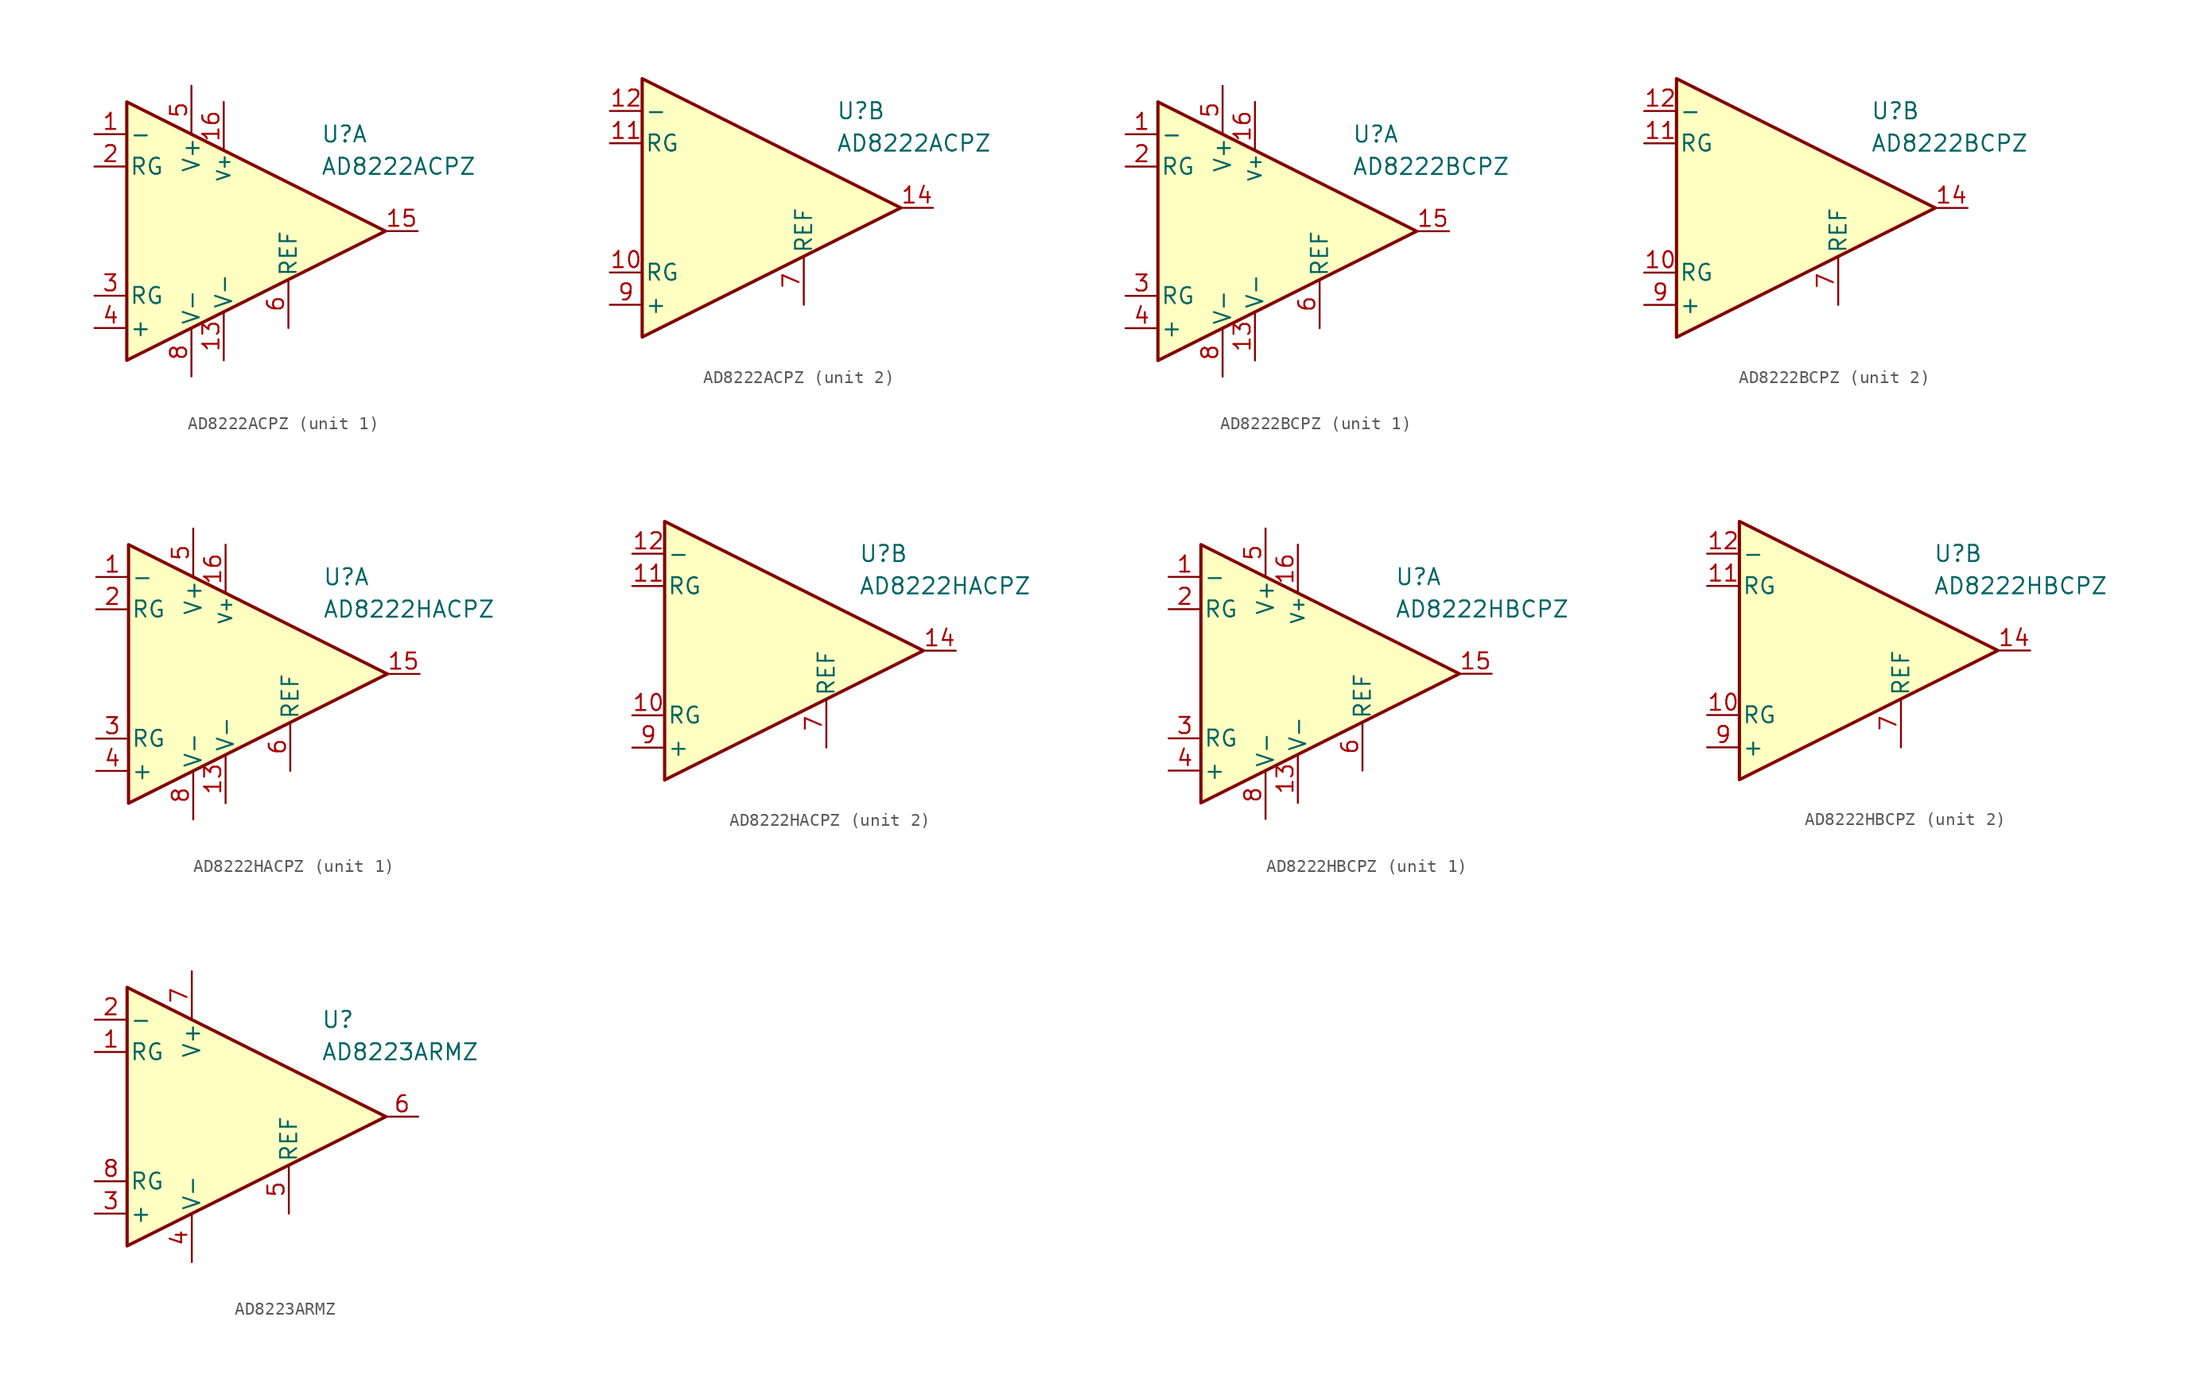
<source format=kicad_sym>
(kicad_symbol_lib
  (version 20231120)
  (generator "kicad_symbol_editor")
  (generator_version "8.0")
  (symbol "AD8222ACPZ"
    (pin_names
      (offset 0.2))
    (property "Reference" "U"
      (at 6.35 7.62 0)
      (effects (font (size 1.27 1.27)) (justify left)))
    (property "Value" "AD8222ACPZ"
      (at 6.35 5.08 0)
      (effects (font (size 1.27 1.27)) (justify left)))
    (property "ki_locked" ""
      (at 0 0 0)
      (effects (font (size 1.27 1.27))))
    (symbol "AD8222ACPZ_0_1"
      (polyline (pts (xy -8.89 10.16) (xy -8.89 -10.16) (xy 11.43 0) (xy -8.89 10.16)) (stroke (width 0.254) (type default)) (fill (type background))))
    (symbol "AD8222ACPZ_1_1"
      (pin input line (at -11.43 7.62 0) (length 2.54) (name "-" (effects (font (size 1.27 1.27)))) (number "1" (effects (font (size 1.27 1.27)))))
      (pin power_in line (at -1.27 -10.16 90) (length 3.81) (name "V-" (effects (font (size 1.27 1.27)))) (number "13" (effects (font (size 1.27 1.27)))))
      (pin output line (at 13.97 0 180) (length 2.54) (name "~" (effects (font (size 1.27 1.27)))) (number "15" (effects (font (size 1.27 1.27)))))
      (pin power_in line (at -1.27 10.16 270) (length 3.81) (name "V+" (effects (font (size 1 1)))) (number "16" (effects (font (size 1.27 1.27)))))
      (pin passive line (at -11.43 5.08 0) (length 2.54) (name "RG" (effects (font (size 1.27 1.27)))) (number "2" (effects (font (size 1.27 1.27)))))
      (pin passive line (at -11.43 -5.08 0) (length 2.54) (name "RG" (effects (font (size 1.27 1.27)))) (number "3" (effects (font (size 1.27 1.27)))))
      (pin input line (at -11.43 -7.62 0) (length 2.54) (name "+" (effects (font (size 1.27 1.27)))) (number "4" (effects (font (size 1.27 1.27)))))
      (pin power_in line (at -3.81 11.43 270) (length 3.81) (name "V+" (effects (font (size 1.27 1.27)))) (number "5" (effects (font (size 1.27 1.27)))))
      (pin input line (at 3.81 -7.62 90) (length 3.81) (name "REF" (effects (font (size 1.27 1.27)))) (number "6" (effects (font (size 1.27 1.27)))))
      (pin power_in line (at -3.81 -11.43 90) (length 3.81) (name "V-" (effects (font (size 1.27 1.27)))) (number "8" (effects (font (size 1.27 1.27))))))
    (symbol "AD8222ACPZ_2_1"
      (pin passive line (at -11.43 -5.08 0) (length 2.54) (name "RG" (effects (font (size 1.27 1.27)))) (number "10" (effects (font (size 1.27 1.27)))))
      (pin passive line (at -11.43 5.08 0) (length 2.54) (name "RG" (effects (font (size 1.27 1.27)))) (number "11" (effects (font (size 1.27 1.27)))))
      (pin input line (at -11.43 7.62 0) (length 2.54) (name "-" (effects (font (size 1.27 1.27)))) (number "12" (effects (font (size 1.27 1.27)))))
      (pin output line (at 13.97 0 180) (length 2.54) (name "~" (effects (font (size 1.27 1.27)))) (number "14" (effects (font (size 1.27 1.27)))))
      (pin input line (at 3.81 -7.62 90) (length 3.81) (name "REF" (effects (font (size 1.27 1.27)))) (number "7" (effects (font (size 1.27 1.27)))))
      (pin input line (at -11.43 -7.62 0) (length 2.54) (name "+" (effects (font (size 1.27 1.27)))) (number "9" (effects (font (size 1.27 1.27)))))))
  (symbol "AD8222BCPZ"
    (pin_names
      (offset 0.2))
    (property "Reference" "U"
      (at 6.35 7.62 0)
      (effects (font (size 1.27 1.27)) (justify left)))
    (property "Value" "AD8222BCPZ"
      (at 6.35 5.08 0)
      (effects (font (size 1.27 1.27)) (justify left)))
    (property "ki_locked" ""
      (at 0 0 0)
      (effects (font (size 1.27 1.27))))
    (symbol "AD8222BCPZ_0_1"
      (polyline (pts (xy -8.89 10.16) (xy -8.89 -10.16) (xy 11.43 0) (xy -8.89 10.16)) (stroke (width 0.254) (type default)) (fill (type background))))
    (symbol "AD8222BCPZ_1_1"
      (pin input line (at -11.43 7.62 0) (length 2.54) (name "-" (effects (font (size 1.27 1.27)))) (number "1" (effects (font (size 1.27 1.27)))))
      (pin power_in line (at -1.27 -10.16 90) (length 3.81) (name "V-" (effects (font (size 1.27 1.27)))) (number "13" (effects (font (size 1.27 1.27)))))
      (pin output line (at 13.97 0 180) (length 2.54) (name "~" (effects (font (size 1.27 1.27)))) (number "15" (effects (font (size 1.27 1.27)))))
      (pin power_in line (at -1.27 10.16 270) (length 3.81) (name "V+" (effects (font (size 1 1)))) (number "16" (effects (font (size 1.27 1.27)))))
      (pin passive line (at -11.43 5.08 0) (length 2.54) (name "RG" (effects (font (size 1.27 1.27)))) (number "2" (effects (font (size 1.27 1.27)))))
      (pin passive line (at -11.43 -5.08 0) (length 2.54) (name "RG" (effects (font (size 1.27 1.27)))) (number "3" (effects (font (size 1.27 1.27)))))
      (pin input line (at -11.43 -7.62 0) (length 2.54) (name "+" (effects (font (size 1.27 1.27)))) (number "4" (effects (font (size 1.27 1.27)))))
      (pin power_in line (at -3.81 11.43 270) (length 3.81) (name "V+" (effects (font (size 1.27 1.27)))) (number "5" (effects (font (size 1.27 1.27)))))
      (pin input line (at 3.81 -7.62 90) (length 3.81) (name "REF" (effects (font (size 1.27 1.27)))) (number "6" (effects (font (size 1.27 1.27)))))
      (pin power_in line (at -3.81 -11.43 90) (length 3.81) (name "V-" (effects (font (size 1.27 1.27)))) (number "8" (effects (font (size 1.27 1.27))))))
    (symbol "AD8222BCPZ_2_1"
      (pin passive line (at -11.43 -5.08 0) (length 2.54) (name "RG" (effects (font (size 1.27 1.27)))) (number "10" (effects (font (size 1.27 1.27)))))
      (pin passive line (at -11.43 5.08 0) (length 2.54) (name "RG" (effects (font (size 1.27 1.27)))) (number "11" (effects (font (size 1.27 1.27)))))
      (pin input line (at -11.43 7.62 0) (length 2.54) (name "-" (effects (font (size 1.27 1.27)))) (number "12" (effects (font (size 1.27 1.27)))))
      (pin output line (at 13.97 0 180) (length 2.54) (name "~" (effects (font (size 1.27 1.27)))) (number "14" (effects (font (size 1.27 1.27)))))
      (pin input line (at 3.81 -7.62 90) (length 3.81) (name "REF" (effects (font (size 1.27 1.27)))) (number "7" (effects (font (size 1.27 1.27)))))
      (pin input line (at -11.43 -7.62 0) (length 2.54) (name "+" (effects (font (size 1.27 1.27)))) (number "9" (effects (font (size 1.27 1.27)))))))
  (symbol "AD8222HACPZ"
    (pin_names
      (offset 0.2))
    (property "Reference" "U"
      (at 6.35 7.62 0)
      (effects (font (size 1.27 1.27)) (justify left)))
    (property "Value" "AD8222HACPZ"
      (at 6.35 5.08 0)
      (effects (font (size 1.27 1.27)) (justify left)))
    (property "ki_locked" ""
      (at 0 0 0)
      (effects (font (size 1.27 1.27))))
    (symbol "AD8222HACPZ_0_1"
      (polyline (pts (xy -8.89 10.16) (xy -8.89 -10.16) (xy 11.43 0) (xy -8.89 10.16)) (stroke (width 0.254) (type default)) (fill (type background))))
    (symbol "AD8222HACPZ_1_1"
      (pin input line (at -11.43 7.62 0) (length 2.54) (name "-" (effects (font (size 1.27 1.27)))) (number "1" (effects (font (size 1.27 1.27)))))
      (pin power_in line (at -1.27 -10.16 90) (length 3.81) (name "V-" (effects (font (size 1.27 1.27)))) (number "13" (effects (font (size 1.27 1.27)))))
      (pin output line (at 13.97 0 180) (length 2.54) (name "~" (effects (font (size 1.27 1.27)))) (number "15" (effects (font (size 1.27 1.27)))))
      (pin power_in line (at -1.27 10.16 270) (length 3.81) (name "V+" (effects (font (size 1 1)))) (number "16" (effects (font (size 1.27 1.27)))))
      (pin passive line (at -11.43 5.08 0) (length 2.54) (name "RG" (effects (font (size 1.27 1.27)))) (number "2" (effects (font (size 1.27 1.27)))))
      (pin passive line (at -11.43 -5.08 0) (length 2.54) (name "RG" (effects (font (size 1.27 1.27)))) (number "3" (effects (font (size 1.27 1.27)))))
      (pin input line (at -11.43 -7.62 0) (length 2.54) (name "+" (effects (font (size 1.27 1.27)))) (number "4" (effects (font (size 1.27 1.27)))))
      (pin power_in line (at -3.81 11.43 270) (length 3.81) (name "V+" (effects (font (size 1.27 1.27)))) (number "5" (effects (font (size 1.27 1.27)))))
      (pin input line (at 3.81 -7.62 90) (length 3.81) (name "REF" (effects (font (size 1.27 1.27)))) (number "6" (effects (font (size 1.27 1.27)))))
      (pin power_in line (at -3.81 -11.43 90) (length 3.81) (name "V-" (effects (font (size 1.27 1.27)))) (number "8" (effects (font (size 1.27 1.27))))))
    (symbol "AD8222HACPZ_2_1"
      (pin passive line (at -11.43 -5.08 0) (length 2.54) (name "RG" (effects (font (size 1.27 1.27)))) (number "10" (effects (font (size 1.27 1.27)))))
      (pin passive line (at -11.43 5.08 0) (length 2.54) (name "RG" (effects (font (size 1.27 1.27)))) (number "11" (effects (font (size 1.27 1.27)))))
      (pin input line (at -11.43 7.62 0) (length 2.54) (name "-" (effects (font (size 1.27 1.27)))) (number "12" (effects (font (size 1.27 1.27)))))
      (pin output line (at 13.97 0 180) (length 2.54) (name "~" (effects (font (size 1.27 1.27)))) (number "14" (effects (font (size 1.27 1.27)))))
      (pin input line (at 3.81 -7.62 90) (length 3.81) (name "REF" (effects (font (size 1.27 1.27)))) (number "7" (effects (font (size 1.27 1.27)))))
      (pin input line (at -11.43 -7.62 0) (length 2.54) (name "+" (effects (font (size 1.27 1.27)))) (number "9" (effects (font (size 1.27 1.27)))))))
  (symbol "AD8222HBCPZ"
    (pin_names
      (offset 0.2))
    (property "Reference" "U"
      (at 6.35 7.62 0)
      (effects (font (size 1.27 1.27)) (justify left)))
    (property "Value" "AD8222HBCPZ"
      (at 6.35 5.08 0)
      (effects (font (size 1.27 1.27)) (justify left)))
    (property "ki_locked" ""
      (at 0 0 0)
      (effects (font (size 1.27 1.27))))
    (symbol "AD8222HBCPZ_0_1"
      (polyline (pts (xy -8.89 10.16) (xy -8.89 -10.16) (xy 11.43 0) (xy -8.89 10.16)) (stroke (width 0.254) (type default)) (fill (type background))))
    (symbol "AD8222HBCPZ_1_1"
      (pin input line (at -11.43 7.62 0) (length 2.54) (name "-" (effects (font (size 1.27 1.27)))) (number "1" (effects (font (size 1.27 1.27)))))
      (pin power_in line (at -1.27 -10.16 90) (length 3.81) (name "V-" (effects (font (size 1.27 1.27)))) (number "13" (effects (font (size 1.27 1.27)))))
      (pin output line (at 13.97 0 180) (length 2.54) (name "~" (effects (font (size 1.27 1.27)))) (number "15" (effects (font (size 1.27 1.27)))))
      (pin power_in line (at -1.27 10.16 270) (length 3.81) (name "V+" (effects (font (size 1 1)))) (number "16" (effects (font (size 1.27 1.27)))))
      (pin passive line (at -11.43 5.08 0) (length 2.54) (name "RG" (effects (font (size 1.27 1.27)))) (number "2" (effects (font (size 1.27 1.27)))))
      (pin passive line (at -11.43 -5.08 0) (length 2.54) (name "RG" (effects (font (size 1.27 1.27)))) (number "3" (effects (font (size 1.27 1.27)))))
      (pin input line (at -11.43 -7.62 0) (length 2.54) (name "+" (effects (font (size 1.27 1.27)))) (number "4" (effects (font (size 1.27 1.27)))))
      (pin power_in line (at -3.81 11.43 270) (length 3.81) (name "V+" (effects (font (size 1.27 1.27)))) (number "5" (effects (font (size 1.27 1.27)))))
      (pin input line (at 3.81 -7.62 90) (length 3.81) (name "REF" (effects (font (size 1.27 1.27)))) (number "6" (effects (font (size 1.27 1.27)))))
      (pin power_in line (at -3.81 -11.43 90) (length 3.81) (name "V-" (effects (font (size 1.27 1.27)))) (number "8" (effects (font (size 1.27 1.27))))))
    (symbol "AD8222HBCPZ_2_1"
      (pin passive line (at -11.43 -5.08 0) (length 2.54) (name "RG" (effects (font (size 1.27 1.27)))) (number "10" (effects (font (size 1.27 1.27)))))
      (pin passive line (at -11.43 5.08 0) (length 2.54) (name "RG" (effects (font (size 1.27 1.27)))) (number "11" (effects (font (size 1.27 1.27)))))
      (pin input line (at -11.43 7.62 0) (length 2.54) (name "-" (effects (font (size 1.27 1.27)))) (number "12" (effects (font (size 1.27 1.27)))))
      (pin output line (at 13.97 0 180) (length 2.54) (name "~" (effects (font (size 1.27 1.27)))) (number "14" (effects (font (size 1.27 1.27)))))
      (pin input line (at 3.81 -7.62 90) (length 3.81) (name "REF" (effects (font (size 1.27 1.27)))) (number "7" (effects (font (size 1.27 1.27)))))
      (pin input line (at -11.43 -7.62 0) (length 2.54) (name "+" (effects (font (size 1.27 1.27)))) (number "9" (effects (font (size 1.27 1.27)))))))
  (symbol "AD8223ARMZ"
    (pin_names
      (offset 0.2))
    (property "Reference" "U"
      (at 6.35 7.62 0)
      (effects (font (size 1.27 1.27)) (justify left)))
    (property "Value" "AD8223ARMZ"
      (at 6.35 5.08 0)
      (effects (font (size 1.27 1.27)) (justify left)))
    (symbol "AD8223ARMZ_0_1"
      (polyline (pts (xy -8.89 10.16) (xy -8.89 -10.16) (xy 11.43 0) (xy -8.89 10.16)) (stroke (width 0.254) (type default)) (fill (type background))))
    (symbol "AD8223ARMZ_1_1"
      (pin passive line (at -11.43 5.08 0) (length 2.54) (name "RG" (effects (font (size 1.27 1.27)))) (number "1" (effects (font (size 1.27 1.27)))))
      (pin input line (at -11.43 7.62 0) (length 2.54) (name "-" (effects (font (size 1.27 1.27)))) (number "2" (effects (font (size 1.27 1.27)))))
      (pin input line (at -11.43 -7.62 0) (length 2.54) (name "+" (effects (font (size 1.27 1.27)))) (number "3" (effects (font (size 1.27 1.27)))))
      (pin power_in line (at -3.81 -11.43 90) (length 3.81) (name "V-" (effects (font (size 1.27 1.27)))) (number "4" (effects (font (size 1.27 1.27)))))
      (pin input line (at 3.81 -7.62 90) (length 3.81) (name "REF" (effects (font (size 1.27 1.27)))) (number "5" (effects (font (size 1.27 1.27)))))
      (pin output line (at 13.97 0 180) (length 2.54) (name "~" (effects (font (size 1.27 1.27)))) (number "6" (effects (font (size 1.27 1.27)))))
      (pin power_in line (at -3.81 11.43 270) (length 3.81) (name "V+" (effects (font (size 1.27 1.27)))) (number "7" (effects (font (size 1.27 1.27)))))
      (pin passive line (at -11.43 -5.08 0) (length 2.54) (name "RG" (effects (font (size 1.27 1.27)))) (number "8" (effects (font (size 1.27 1.27))))))))
</source>
